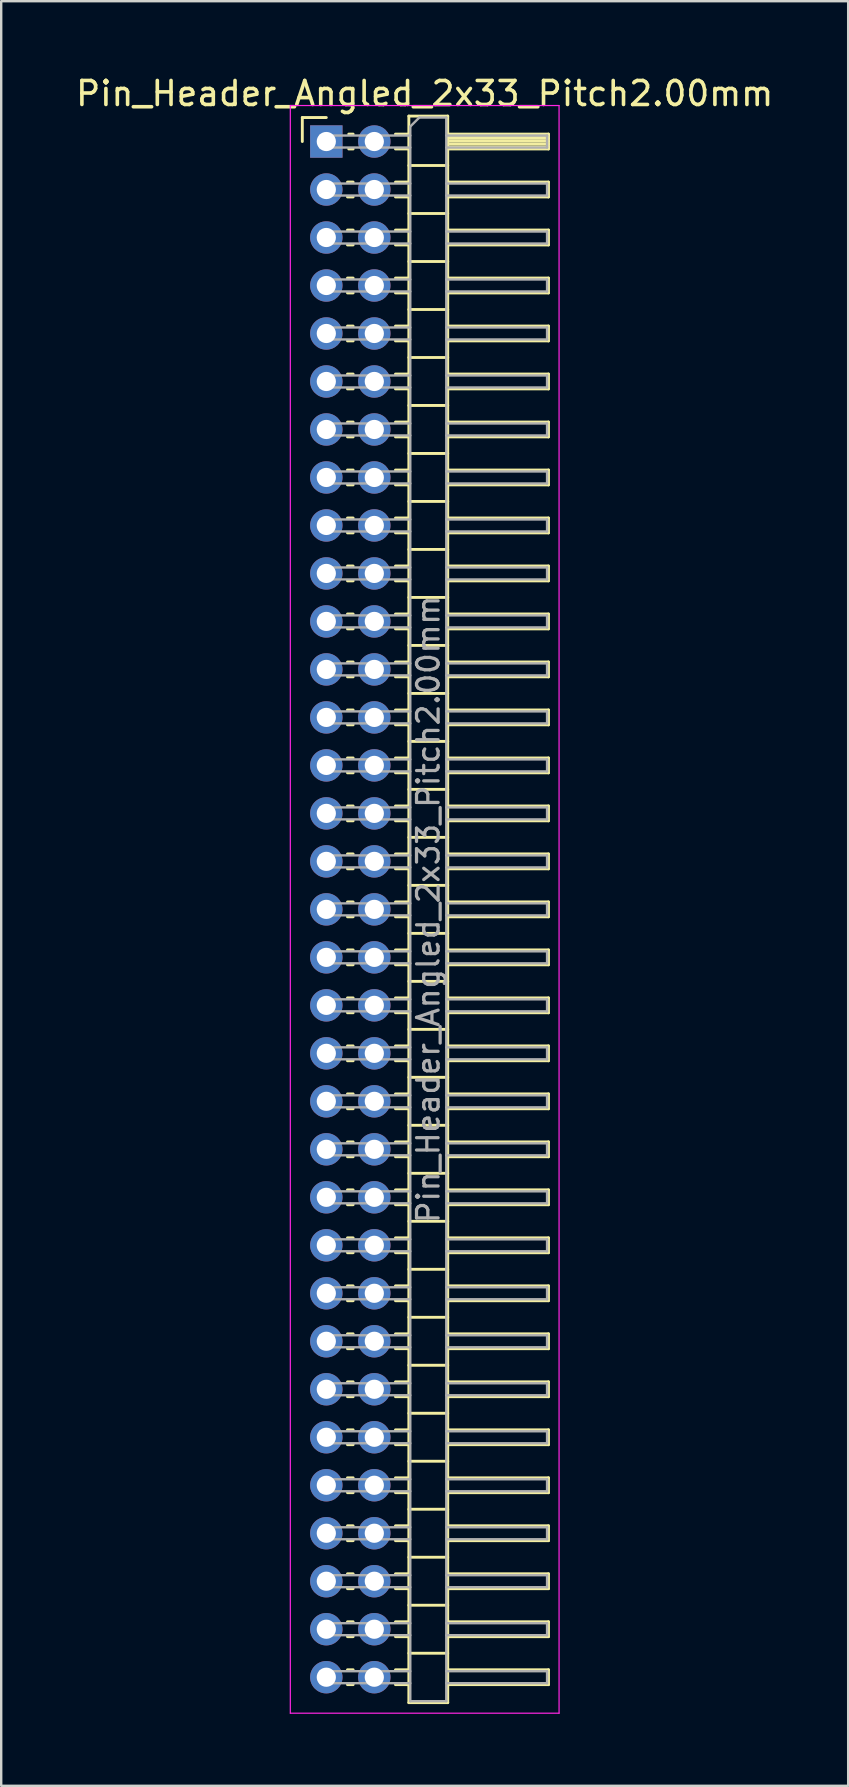
<source format=kicad_pcb>
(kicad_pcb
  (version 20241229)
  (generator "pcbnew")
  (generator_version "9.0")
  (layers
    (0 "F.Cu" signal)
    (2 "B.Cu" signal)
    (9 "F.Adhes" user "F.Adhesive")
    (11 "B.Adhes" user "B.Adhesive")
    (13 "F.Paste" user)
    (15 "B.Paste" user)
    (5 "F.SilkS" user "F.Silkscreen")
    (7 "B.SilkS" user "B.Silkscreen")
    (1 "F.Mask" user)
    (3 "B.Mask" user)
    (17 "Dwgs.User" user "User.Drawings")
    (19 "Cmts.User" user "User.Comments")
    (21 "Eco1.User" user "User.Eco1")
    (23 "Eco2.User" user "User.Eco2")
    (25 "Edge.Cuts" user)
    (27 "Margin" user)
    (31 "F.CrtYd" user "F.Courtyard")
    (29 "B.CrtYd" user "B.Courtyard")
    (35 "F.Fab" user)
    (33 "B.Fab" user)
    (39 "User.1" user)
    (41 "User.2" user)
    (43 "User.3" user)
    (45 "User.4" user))
  (footprint "Pin_Header_Angled_2x33_Pitch2.00mm"
    (layer "F.Cu")
    (at 10.549 2.848)
    (property "Reference" "Pin_Header_Angled_2x33_Pitch2.00mm" (at 4.1 -2 0) (layer "F.SilkS") (effects (font (size 1 1) (thickness 0.15))))
    (attr through_hole)
    (fp_line (start -1 -1) (end 0 -1) (stroke (width 0.12) (type solid)) (layer "F.SilkS"))
    (fp_line (start -1 0) (end -1 -1) (stroke (width 0.12) (type solid)) (layer "F.SilkS"))
    (fp_line (start 0.882 1.69) (end 1.118 1.69) (stroke (width 0.12) (type solid)) (layer "F.SilkS"))
    (fp_line (start 0.882 2.31) (end 1.118 2.31) (stroke (width 0.12) (type solid)) (layer "F.SilkS"))
    (fp_line (start 0.882 3.69) (end 1.118 3.69) (stroke (width 0.12) (type solid)) (layer "F.SilkS"))
    (fp_line (start 0.882 4.31) (end 1.118 4.31) (stroke (width 0.12) (type solid)) (layer "F.SilkS"))
    (fp_line (start 0.882 5.69) (end 1.118 5.69) (stroke (width 0.12) (type solid)) (layer "F.SilkS"))
    (fp_line (start 0.882 6.31) (end 1.118 6.31) (stroke (width 0.12) (type solid)) (layer "F.SilkS"))
    (fp_line (start 0.882 7.69) (end 1.118 7.69) (stroke (width 0.12) (type solid)) (layer "F.SilkS"))
    (fp_line (start 0.882 8.31) (end 1.118 8.31) (stroke (width 0.12) (type solid)) (layer "F.SilkS"))
    (fp_line (start 0.882 9.69) (end 1.118 9.69) (stroke (width 0.12) (type solid)) (layer "F.SilkS"))
    (fp_line (start 0.882 10.31) (end 1.118 10.31) (stroke (width 0.12) (type solid)) (layer "F.SilkS"))
    (fp_line (start 0.882 11.69) (end 1.118 11.69) (stroke (width 0.12) (type solid)) (layer "F.SilkS"))
    (fp_line (start 0.882 12.31) (end 1.118 12.31) (stroke (width 0.12) (type solid)) (layer "F.SilkS"))
    (fp_line (start 0.882 13.69) (end 1.118 13.69) (stroke (width 0.12) (type solid)) (layer "F.SilkS"))
    (fp_line (start 0.882 14.31) (end 1.118 14.31) (stroke (width 0.12) (type solid)) (layer "F.SilkS"))
    (fp_line (start 0.882 15.69) (end 1.118 15.69) (stroke (width 0.12) (type solid)) (layer "F.SilkS"))
    (fp_line (start 0.882 16.31) (end 1.118 16.31) (stroke (width 0.12) (type solid)) (layer "F.SilkS"))
    (fp_line (start 0.882 17.69) (end 1.118 17.69) (stroke (width 0.12) (type solid)) (layer "F.SilkS"))
    (fp_line (start 0.882 18.31) (end 1.118 18.31) (stroke (width 0.12) (type solid)) (layer "F.SilkS"))
    (fp_line (start 0.882 19.69) (end 1.118 19.69) (stroke (width 0.12) (type solid)) (layer "F.SilkS"))
    (fp_line (start 0.882 20.31) (end 1.118 20.31) (stroke (width 0.12) (type solid)) (layer "F.SilkS"))
    (fp_line (start 0.882 21.69) (end 1.118 21.69) (stroke (width 0.12) (type solid)) (layer "F.SilkS"))
    (fp_line (start 0.882 22.31) (end 1.118 22.31) (stroke (width 0.12) (type solid)) (layer "F.SilkS"))
    (fp_line (start 0.882 23.69) (end 1.118 23.69) (stroke (width 0.12) (type solid)) (layer "F.SilkS"))
    (fp_line (start 0.882 24.31) (end 1.118 24.31) (stroke (width 0.12) (type solid)) (layer "F.SilkS"))
    (fp_line (start 0.882 25.69) (end 1.118 25.69) (stroke (width 0.12) (type solid)) (layer "F.SilkS"))
    (fp_line (start 0.882 26.31) (end 1.118 26.31) (stroke (width 0.12) (type solid)) (layer "F.SilkS"))
    (fp_line (start 0.882 27.69) (end 1.118 27.69) (stroke (width 0.12) (type solid)) (layer "F.SilkS"))
    (fp_line (start 0.882 28.31) (end 1.118 28.31) (stroke (width 0.12) (type solid)) (layer "F.SilkS"))
    (fp_line (start 0.882 29.69) (end 1.118 29.69) (stroke (width 0.12) (type solid)) (layer "F.SilkS"))
    (fp_line (start 0.882 30.31) (end 1.118 30.31) (stroke (width 0.12) (type solid)) (layer "F.SilkS"))
    (fp_line (start 0.882 31.69) (end 1.118 31.69) (stroke (width 0.12) (type solid)) (layer "F.SilkS"))
    (fp_line (start 0.882 32.31) (end 1.118 32.31) (stroke (width 0.12) (type solid)) (layer "F.SilkS"))
    (fp_line (start 0.882 33.69) (end 1.118 33.69) (stroke (width 0.12) (type solid)) (layer "F.SilkS"))
    (fp_line (start 0.882 34.31) (end 1.118 34.31) (stroke (width 0.12) (type solid)) (layer "F.SilkS"))
    (fp_line (start 0.882 35.69) (end 1.118 35.69) (stroke (width 0.12) (type solid)) (layer "F.SilkS"))
    (fp_line (start 0.882 36.31) (end 1.118 36.31) (stroke (width 0.12) (type solid)) (layer "F.SilkS"))
    (fp_line (start 0.882 37.69) (end 1.118 37.69) (stroke (width 0.12) (type solid)) (layer "F.SilkS"))
    (fp_line (start 0.882 38.31) (end 1.118 38.31) (stroke (width 0.12) (type solid)) (layer "F.SilkS"))
    (fp_line (start 0.882 39.69) (end 1.118 39.69) (stroke (width 0.12) (type solid)) (layer "F.SilkS"))
    (fp_line (start 0.882 40.31) (end 1.118 40.31) (stroke (width 0.12) (type solid)) (layer "F.SilkS"))
    (fp_line (start 0.882 41.69) (end 1.118 41.69) (stroke (width 0.12) (type solid)) (layer "F.SilkS"))
    (fp_line (start 0.882 42.31) (end 1.118 42.31) (stroke (width 0.12) (type solid)) (layer "F.SilkS"))
    (fp_line (start 0.882 43.69) (end 1.118 43.69) (stroke (width 0.12) (type solid)) (layer "F.SilkS"))
    (fp_line (start 0.882 44.31) (end 1.118 44.31) (stroke (width 0.12) (type solid)) (layer "F.SilkS"))
    (fp_line (start 0.882 45.69) (end 1.118 45.69) (stroke (width 0.12) (type solid)) (layer "F.SilkS"))
    (fp_line (start 0.882 46.31) (end 1.118 46.31) (stroke (width 0.12) (type solid)) (layer "F.SilkS"))
    (fp_line (start 0.882 47.69) (end 1.118 47.69) (stroke (width 0.12) (type solid)) (layer "F.SilkS"))
    (fp_line (start 0.882 48.31) (end 1.118 48.31) (stroke (width 0.12) (type solid)) (layer "F.SilkS"))
    (fp_line (start 0.882 49.69) (end 1.118 49.69) (stroke (width 0.12) (type solid)) (layer "F.SilkS"))
    (fp_line (start 0.882 50.31) (end 1.118 50.31) (stroke (width 0.12) (type solid)) (layer "F.SilkS"))
    (fp_line (start 0.882 51.69) (end 1.118 51.69) (stroke (width 0.12) (type solid)) (layer "F.SilkS"))
    (fp_line (start 0.882 52.31) (end 1.118 52.31) (stroke (width 0.12) (type solid)) (layer "F.SilkS"))
    (fp_line (start 0.882 53.69) (end 1.118 53.69) (stroke (width 0.12) (type solid)) (layer "F.SilkS"))
    (fp_line (start 0.882 54.31) (end 1.118 54.31) (stroke (width 0.12) (type solid)) (layer "F.SilkS"))
    (fp_line (start 0.882 55.69) (end 1.118 55.69) (stroke (width 0.12) (type solid)) (layer "F.SilkS"))
    (fp_line (start 0.882 56.31) (end 1.118 56.31) (stroke (width 0.12) (type solid)) (layer "F.SilkS"))
    (fp_line (start 0.882 57.69) (end 1.118 57.69) (stroke (width 0.12) (type solid)) (layer "F.SilkS"))
    (fp_line (start 0.882 58.31) (end 1.118 58.31) (stroke (width 0.12) (type solid)) (layer "F.SilkS"))
    (fp_line (start 0.882 59.69) (end 1.118 59.69) (stroke (width 0.12) (type solid)) (layer "F.SilkS"))
    (fp_line (start 0.882 60.31) (end 1.118 60.31) (stroke (width 0.12) (type solid)) (layer "F.SilkS"))
    (fp_line (start 0.882 61.69) (end 1.118 61.69) (stroke (width 0.12) (type solid)) (layer "F.SilkS"))
    (fp_line (start 0.882 62.31) (end 1.118 62.31) (stroke (width 0.12) (type solid)) (layer "F.SilkS"))
    (fp_line (start 0.882 63.69) (end 1.118 63.69) (stroke (width 0.12) (type solid)) (layer "F.SilkS"))
    (fp_line (start 0.882 64.31) (end 1.118 64.31) (stroke (width 0.12) (type solid)) (layer "F.SilkS"))
    (fp_line (start 0.935 -0.31) (end 1.118 -0.31) (stroke (width 0.12) (type solid)) (layer "F.SilkS"))
    (fp_line (start 0.935 0.31) (end 1.118 0.31) (stroke (width 0.12) (type solid)) (layer "F.SilkS"))
    (fp_line (start 2.882 -0.31) (end 3.44 -0.31) (stroke (width 0.12) (type solid)) (layer "F.SilkS"))
    (fp_line (start 2.882 0.31) (end 3.44 0.31) (stroke (width 0.12) (type solid)) (layer "F.SilkS"))
    (fp_line (start 2.882 1.69) (end 3.44 1.69) (stroke (width 0.12) (type solid)) (layer "F.SilkS"))
    (fp_line (start 2.882 2.31) (end 3.44 2.31) (stroke (width 0.12) (type solid)) (layer "F.SilkS"))
    (fp_line (start 2.882 3.69) (end 3.44 3.69) (stroke (width 0.12) (type solid)) (layer "F.SilkS"))
    (fp_line (start 2.882 4.31) (end 3.44 4.31) (stroke (width 0.12) (type solid)) (layer "F.SilkS"))
    (fp_line (start 2.882 5.69) (end 3.44 5.69) (stroke (width 0.12) (type solid)) (layer "F.SilkS"))
    (fp_line (start 2.882 6.31) (end 3.44 6.31) (stroke (width 0.12) (type solid)) (layer "F.SilkS"))
    (fp_line (start 2.882 7.69) (end 3.44 7.69) (stroke (width 0.12) (type solid)) (layer "F.SilkS"))
    (fp_line (start 2.882 8.31) (end 3.44 8.31) (stroke (width 0.12) (type solid)) (layer "F.SilkS"))
    (fp_line (start 2.882 9.69) (end 3.44 9.69) (stroke (width 0.12) (type solid)) (layer "F.SilkS"))
    (fp_line (start 2.882 10.31) (end 3.44 10.31) (stroke (width 0.12) (type solid)) (layer "F.SilkS"))
    (fp_line (start 2.882 11.69) (end 3.44 11.69) (stroke (width 0.12) (type solid)) (layer "F.SilkS"))
    (fp_line (start 2.882 12.31) (end 3.44 12.31) (stroke (width 0.12) (type solid)) (layer "F.SilkS"))
    (fp_line (start 2.882 13.69) (end 3.44 13.69) (stroke (width 0.12) (type solid)) (layer "F.SilkS"))
    (fp_line (start 2.882 14.31) (end 3.44 14.31) (stroke (width 0.12) (type solid)) (layer "F.SilkS"))
    (fp_line (start 2.882 15.69) (end 3.44 15.69) (stroke (width 0.12) (type solid)) (layer "F.SilkS"))
    (fp_line (start 2.882 16.31) (end 3.44 16.31) (stroke (width 0.12) (type solid)) (layer "F.SilkS"))
    (fp_line (start 2.882 17.69) (end 3.44 17.69) (stroke (width 0.12) (type solid)) (layer "F.SilkS"))
    (fp_line (start 2.882 18.31) (end 3.44 18.31) (stroke (width 0.12) (type solid)) (layer "F.SilkS"))
    (fp_line (start 2.882 19.69) (end 3.44 19.69) (stroke (width 0.12) (type solid)) (layer "F.SilkS"))
    (fp_line (start 2.882 20.31) (end 3.44 20.31) (stroke (width 0.12) (type solid)) (layer "F.SilkS"))
    (fp_line (start 2.882 21.69) (end 3.44 21.69) (stroke (width 0.12) (type solid)) (layer "F.SilkS"))
    (fp_line (start 2.882 22.31) (end 3.44 22.31) (stroke (width 0.12) (type solid)) (layer "F.SilkS"))
    (fp_line (start 2.882 23.69) (end 3.44 23.69) (stroke (width 0.12) (type solid)) (layer "F.SilkS"))
    (fp_line (start 2.882 24.31) (end 3.44 24.31) (stroke (width 0.12) (type solid)) (layer "F.SilkS"))
    (fp_line (start 2.882 25.69) (end 3.44 25.69) (stroke (width 0.12) (type solid)) (layer "F.SilkS"))
    (fp_line (start 2.882 26.31) (end 3.44 26.31) (stroke (width 0.12) (type solid)) (layer "F.SilkS"))
    (fp_line (start 2.882 27.69) (end 3.44 27.69) (stroke (width 0.12) (type solid)) (layer "F.SilkS"))
    (fp_line (start 2.882 28.31) (end 3.44 28.31) (stroke (width 0.12) (type solid)) (layer "F.SilkS"))
    (fp_line (start 2.882 29.69) (end 3.44 29.69) (stroke (width 0.12) (type solid)) (layer "F.SilkS"))
    (fp_line (start 2.882 30.31) (end 3.44 30.31) (stroke (width 0.12) (type solid)) (layer "F.SilkS"))
    (fp_line (start 2.882 31.69) (end 3.44 31.69) (stroke (width 0.12) (type solid)) (layer "F.SilkS"))
    (fp_line (start 2.882 32.31) (end 3.44 32.31) (stroke (width 0.12) (type solid)) (layer "F.SilkS"))
    (fp_line (start 2.882 33.69) (end 3.44 33.69) (stroke (width 0.12) (type solid)) (layer "F.SilkS"))
    (fp_line (start 2.882 34.31) (end 3.44 34.31) (stroke (width 0.12) (type solid)) (layer "F.SilkS"))
    (fp_line (start 2.882 35.69) (end 3.44 35.69) (stroke (width 0.12) (type solid)) (layer "F.SilkS"))
    (fp_line (start 2.882 36.31) (end 3.44 36.31) (stroke (width 0.12) (type solid)) (layer "F.SilkS"))
    (fp_line (start 2.882 37.69) (end 3.44 37.69) (stroke (width 0.12) (type solid)) (layer "F.SilkS"))
    (fp_line (start 2.882 38.31) (end 3.44 38.31) (stroke (width 0.12) (type solid)) (layer "F.SilkS"))
    (fp_line (start 2.882 39.69) (end 3.44 39.69) (stroke (width 0.12) (type solid)) (layer "F.SilkS"))
    (fp_line (start 2.882 40.31) (end 3.44 40.31) (stroke (width 0.12) (type solid)) (layer "F.SilkS"))
    (fp_line (start 2.882 41.69) (end 3.44 41.69) (stroke (width 0.12) (type solid)) (layer "F.SilkS"))
    (fp_line (start 2.882 42.31) (end 3.44 42.31) (stroke (width 0.12) (type solid)) (layer "F.SilkS"))
    (fp_line (start 2.882 43.69) (end 3.44 43.69) (stroke (width 0.12) (type solid)) (layer "F.SilkS"))
    (fp_line (start 2.882 44.31) (end 3.44 44.31) (stroke (width 0.12) (type solid)) (layer "F.SilkS"))
    (fp_line (start 2.882 45.69) (end 3.44 45.69) (stroke (width 0.12) (type solid)) (layer "F.SilkS"))
    (fp_line (start 2.882 46.31) (end 3.44 46.31) (stroke (width 0.12) (type solid)) (layer "F.SilkS"))
    (fp_line (start 2.882 47.69) (end 3.44 47.69) (stroke (width 0.12) (type solid)) (layer "F.SilkS"))
    (fp_line (start 2.882 48.31) (end 3.44 48.31) (stroke (width 0.12) (type solid)) (layer "F.SilkS"))
    (fp_line (start 2.882 49.69) (end 3.44 49.69) (stroke (width 0.12) (type solid)) (layer "F.SilkS"))
    (fp_line (start 2.882 50.31) (end 3.44 50.31) (stroke (width 0.12) (type solid)) (layer "F.SilkS"))
    (fp_line (start 2.882 51.69) (end 3.44 51.69) (stroke (width 0.12) (type solid)) (layer "F.SilkS"))
    (fp_line (start 2.882 52.31) (end 3.44 52.31) (stroke (width 0.12) (type solid)) (layer "F.SilkS"))
    (fp_line (start 2.882 53.69) (end 3.44 53.69) (stroke (width 0.12) (type solid)) (layer "F.SilkS"))
    (fp_line (start 2.882 54.31) (end 3.44 54.31) (stroke (width 0.12) (type solid)) (layer "F.SilkS"))
    (fp_line (start 2.882 55.69) (end 3.44 55.69) (stroke (width 0.12) (type solid)) (layer "F.SilkS"))
    (fp_line (start 2.882 56.31) (end 3.44 56.31) (stroke (width 0.12) (type solid)) (layer "F.SilkS"))
    (fp_line (start 2.882 57.69) (end 3.44 57.69) (stroke (width 0.12) (type solid)) (layer "F.SilkS"))
    (fp_line (start 2.882 58.31) (end 3.44 58.31) (stroke (width 0.12) (type solid)) (layer "F.SilkS"))
    (fp_line (start 2.882 59.69) (end 3.44 59.69) (stroke (width 0.12) (type solid)) (layer "F.SilkS"))
    (fp_line (start 2.882 60.31) (end 3.44 60.31) (stroke (width 0.12) (type solid)) (layer "F.SilkS"))
    (fp_line (start 2.882 61.69) (end 3.44 61.69) (stroke (width 0.12) (type solid)) (layer "F.SilkS"))
    (fp_line (start 2.882 62.31) (end 3.44 62.31) (stroke (width 0.12) (type solid)) (layer "F.SilkS"))
    (fp_line (start 2.882 63.69) (end 3.44 63.69) (stroke (width 0.12) (type solid)) (layer "F.SilkS"))
    (fp_line (start 2.882 64.31) (end 3.44 64.31) (stroke (width 0.12) (type solid)) (layer "F.SilkS"))
    (fp_line (start 3.44 -1.06) (end 3.44 65.06) (stroke (width 0.12) (type solid)) (layer "F.SilkS"))
    (fp_line (start 3.44 1) (end 5.06 1) (stroke (width 0.12) (type solid)) (layer "F.SilkS"))
    (fp_line (start 3.44 3) (end 5.06 3) (stroke (width 0.12) (type solid)) (layer "F.SilkS"))
    (fp_line (start 3.44 5) (end 5.06 5) (stroke (width 0.12) (type solid)) (layer "F.SilkS"))
    (fp_line (start 3.44 7) (end 5.06 7) (stroke (width 0.12) (type solid)) (layer "F.SilkS"))
    (fp_line (start 3.44 9) (end 5.06 9) (stroke (width 0.12) (type solid)) (layer "F.SilkS"))
    (fp_line (start 3.44 11) (end 5.06 11) (stroke (width 0.12) (type solid)) (layer "F.SilkS"))
    (fp_line (start 3.44 13) (end 5.06 13) (stroke (width 0.12) (type solid)) (layer "F.SilkS"))
    (fp_line (start 3.44 15) (end 5.06 15) (stroke (width 0.12) (type solid)) (layer "F.SilkS"))
    (fp_line (start 3.44 17) (end 5.06 17) (stroke (width 0.12) (type solid)) (layer "F.SilkS"))
    (fp_line (start 3.44 19) (end 5.06 19) (stroke (width 0.12) (type solid)) (layer "F.SilkS"))
    (fp_line (start 3.44 21) (end 5.06 21) (stroke (width 0.12) (type solid)) (layer "F.SilkS"))
    (fp_line (start 3.44 23) (end 5.06 23) (stroke (width 0.12) (type solid)) (layer "F.SilkS"))
    (fp_line (start 3.44 25) (end 5.06 25) (stroke (width 0.12) (type solid)) (layer "F.SilkS"))
    (fp_line (start 3.44 27) (end 5.06 27) (stroke (width 0.12) (type solid)) (layer "F.SilkS"))
    (fp_line (start 3.44 29) (end 5.06 29) (stroke (width 0.12) (type solid)) (layer "F.SilkS"))
    (fp_line (start 3.44 31) (end 5.06 31) (stroke (width 0.12) (type solid)) (layer "F.SilkS"))
    (fp_line (start 3.44 33) (end 5.06 33) (stroke (width 0.12) (type solid)) (layer "F.SilkS"))
    (fp_line (start 3.44 35) (end 5.06 35) (stroke (width 0.12) (type solid)) (layer "F.SilkS"))
    (fp_line (start 3.44 37) (end 5.06 37) (stroke (width 0.12) (type solid)) (layer "F.SilkS"))
    (fp_line (start 3.44 39) (end 5.06 39) (stroke (width 0.12) (type solid)) (layer "F.SilkS"))
    (fp_line (start 3.44 41) (end 5.06 41) (stroke (width 0.12) (type solid)) (layer "F.SilkS"))
    (fp_line (start 3.44 43) (end 5.06 43) (stroke (width 0.12) (type solid)) (layer "F.SilkS"))
    (fp_line (start 3.44 45) (end 5.06 45) (stroke (width 0.12) (type solid)) (layer "F.SilkS"))
    (fp_line (start 3.44 47) (end 5.06 47) (stroke (width 0.12) (type solid)) (layer "F.SilkS"))
    (fp_line (start 3.44 49) (end 5.06 49) (stroke (width 0.12) (type solid)) (layer "F.SilkS"))
    (fp_line (start 3.44 51) (end 5.06 51) (stroke (width 0.12) (type solid)) (layer "F.SilkS"))
    (fp_line (start 3.44 53) (end 5.06 53) (stroke (width 0.12) (type solid)) (layer "F.SilkS"))
    (fp_line (start 3.44 55) (end 5.06 55) (stroke (width 0.12) (type solid)) (layer "F.SilkS"))
    (fp_line (start 3.44 57) (end 5.06 57) (stroke (width 0.12) (type solid)) (layer "F.SilkS"))
    (fp_line (start 3.44 59) (end 5.06 59) (stroke (width 0.12) (type solid)) (layer "F.SilkS"))
    (fp_line (start 3.44 61) (end 5.06 61) (stroke (width 0.12) (type solid)) (layer "F.SilkS"))
    (fp_line (start 3.44 63) (end 5.06 63) (stroke (width 0.12) (type solid)) (layer "F.SilkS"))
    (fp_line (start 3.44 65.06) (end 5.06 65.06) (stroke (width 0.12) (type solid)) (layer "F.SilkS"))
    (fp_line (start 5.06 -1.06) (end 3.44 -1.06) (stroke (width 0.12) (type solid)) (layer "F.SilkS"))
    (fp_line (start 5.06 -0.31) (end 9.26 -0.31) (stroke (width 0.12) (type solid)) (layer "F.SilkS"))
    (fp_line (start 5.06 -0.25) (end 9.26 -0.25) (stroke (width 0.12) (type solid)) (layer "F.SilkS"))
    (fp_line (start 5.06 -0.13) (end 9.26 -0.13) (stroke (width 0.12) (type solid)) (layer "F.SilkS"))
    (fp_line (start 5.06 -0.01) (end 9.26 -0.01) (stroke (width 0.12) (type solid)) (layer "F.SilkS"))
    (fp_line (start 5.06 0.11) (end 9.26 0.11) (stroke (width 0.12) (type solid)) (layer "F.SilkS"))
    (fp_line (start 5.06 0.23) (end 9.26 0.23) (stroke (width 0.12) (type solid)) (layer "F.SilkS"))
    (fp_line (start 5.06 1.69) (end 9.26 1.69) (stroke (width 0.12) (type solid)) (layer "F.SilkS"))
    (fp_line (start 5.06 3.69) (end 9.26 3.69) (stroke (width 0.12) (type solid)) (layer "F.SilkS"))
    (fp_line (start 5.06 5.69) (end 9.26 5.69) (stroke (width 0.12) (type solid)) (layer "F.SilkS"))
    (fp_line (start 5.06 7.69) (end 9.26 7.69) (stroke (width 0.12) (type solid)) (layer "F.SilkS"))
    (fp_line (start 5.06 9.69) (end 9.26 9.69) (stroke (width 0.12) (type solid)) (layer "F.SilkS"))
    (fp_line (start 5.06 11.69) (end 9.26 11.69) (stroke (width 0.12) (type solid)) (layer "F.SilkS"))
    (fp_line (start 5.06 13.69) (end 9.26 13.69) (stroke (width 0.12) (type solid)) (layer "F.SilkS"))
    (fp_line (start 5.06 15.69) (end 9.26 15.69) (stroke (width 0.12) (type solid)) (layer "F.SilkS"))
    (fp_line (start 5.06 17.69) (end 9.26 17.69) (stroke (width 0.12) (type solid)) (layer "F.SilkS"))
    (fp_line (start 5.06 19.69) (end 9.26 19.69) (stroke (width 0.12) (type solid)) (layer "F.SilkS"))
    (fp_line (start 5.06 21.69) (end 9.26 21.69) (stroke (width 0.12) (type solid)) (layer "F.SilkS"))
    (fp_line (start 5.06 23.69) (end 9.26 23.69) (stroke (width 0.12) (type solid)) (layer "F.SilkS"))
    (fp_line (start 5.06 25.69) (end 9.26 25.69) (stroke (width 0.12) (type solid)) (layer "F.SilkS"))
    (fp_line (start 5.06 27.69) (end 9.26 27.69) (stroke (width 0.12) (type solid)) (layer "F.SilkS"))
    (fp_line (start 5.06 29.69) (end 9.26 29.69) (stroke (width 0.12) (type solid)) (layer "F.SilkS"))
    (fp_line (start 5.06 31.69) (end 9.26 31.69) (stroke (width 0.12) (type solid)) (layer "F.SilkS"))
    (fp_line (start 5.06 33.69) (end 9.26 33.69) (stroke (width 0.12) (type solid)) (layer "F.SilkS"))
    (fp_line (start 5.06 35.69) (end 9.26 35.69) (stroke (width 0.12) (type solid)) (layer "F.SilkS"))
    (fp_line (start 5.06 37.69) (end 9.26 37.69) (stroke (width 0.12) (type solid)) (layer "F.SilkS"))
    (fp_line (start 5.06 39.69) (end 9.26 39.69) (stroke (width 0.12) (type solid)) (layer "F.SilkS"))
    (fp_line (start 5.06 41.69) (end 9.26 41.69) (stroke (width 0.12) (type solid)) (layer "F.SilkS"))
    (fp_line (start 5.06 43.69) (end 9.26 43.69) (stroke (width 0.12) (type solid)) (layer "F.SilkS"))
    (fp_line (start 5.06 45.69) (end 9.26 45.69) (stroke (width 0.12) (type solid)) (layer "F.SilkS"))
    (fp_line (start 5.06 47.69) (end 9.26 47.69) (stroke (width 0.12) (type solid)) (layer "F.SilkS"))
    (fp_line (start 5.06 49.69) (end 9.26 49.69) (stroke (width 0.12) (type solid)) (layer "F.SilkS"))
    (fp_line (start 5.06 51.69) (end 9.26 51.69) (stroke (width 0.12) (type solid)) (layer "F.SilkS"))
    (fp_line (start 5.06 53.69) (end 9.26 53.69) (stroke (width 0.12) (type solid)) (layer "F.SilkS"))
    (fp_line (start 5.06 55.69) (end 9.26 55.69) (stroke (width 0.12) (type solid)) (layer "F.SilkS"))
    (fp_line (start 5.06 57.69) (end 9.26 57.69) (stroke (width 0.12) (type solid)) (layer "F.SilkS"))
    (fp_line (start 5.06 59.69) (end 9.26 59.69) (stroke (width 0.12) (type solid)) (layer "F.SilkS"))
    (fp_line (start 5.06 61.69) (end 9.26 61.69) (stroke (width 0.12) (type solid)) (layer "F.SilkS"))
    (fp_line (start 5.06 63.69) (end 9.26 63.69) (stroke (width 0.12) (type solid)) (layer "F.SilkS"))
    (fp_line (start 5.06 65.06) (end 5.06 -1.06) (stroke (width 0.12) (type solid)) (layer "F.SilkS"))
    (fp_line (start 9.26 -0.31) (end 9.26 0.31) (stroke (width 0.12) (type solid)) (layer "F.SilkS"))
    (fp_line (start 9.26 0.31) (end 5.06 0.31) (stroke (width 0.12) (type solid)) (layer "F.SilkS"))
    (fp_line (start 9.26 1.69) (end 9.26 2.31) (stroke (width 0.12) (type solid)) (layer "F.SilkS"))
    (fp_line (start 9.26 2.31) (end 5.06 2.31) (stroke (width 0.12) (type solid)) (layer "F.SilkS"))
    (fp_line (start 9.26 3.69) (end 9.26 4.31) (stroke (width 0.12) (type solid)) (layer "F.SilkS"))
    (fp_line (start 9.26 4.31) (end 5.06 4.31) (stroke (width 0.12) (type solid)) (layer "F.SilkS"))
    (fp_line (start 9.26 5.69) (end 9.26 6.31) (stroke (width 0.12) (type solid)) (layer "F.SilkS"))
    (fp_line (start 9.26 6.31) (end 5.06 6.31) (stroke (width 0.12) (type solid)) (layer "F.SilkS"))
    (fp_line (start 9.26 7.69) (end 9.26 8.31) (stroke (width 0.12) (type solid)) (layer "F.SilkS"))
    (fp_line (start 9.26 8.31) (end 5.06 8.31) (stroke (width 0.12) (type solid)) (layer "F.SilkS"))
    (fp_line (start 9.26 9.69) (end 9.26 10.31) (stroke (width 0.12) (type solid)) (layer "F.SilkS"))
    (fp_line (start 9.26 10.31) (end 5.06 10.31) (stroke (width 0.12) (type solid)) (layer "F.SilkS"))
    (fp_line (start 9.26 11.69) (end 9.26 12.31) (stroke (width 0.12) (type solid)) (layer "F.SilkS"))
    (fp_line (start 9.26 12.31) (end 5.06 12.31) (stroke (width 0.12) (type solid)) (layer "F.SilkS"))
    (fp_line (start 9.26 13.69) (end 9.26 14.31) (stroke (width 0.12) (type solid)) (layer "F.SilkS"))
    (fp_line (start 9.26 14.31) (end 5.06 14.31) (stroke (width 0.12) (type solid)) (layer "F.SilkS"))
    (fp_line (start 9.26 15.69) (end 9.26 16.31) (stroke (width 0.12) (type solid)) (layer "F.SilkS"))
    (fp_line (start 9.26 16.31) (end 5.06 16.31) (stroke (width 0.12) (type solid)) (layer "F.SilkS"))
    (fp_line (start 9.26 17.69) (end 9.26 18.31) (stroke (width 0.12) (type solid)) (layer "F.SilkS"))
    (fp_line (start 9.26 18.31) (end 5.06 18.31) (stroke (width 0.12) (type solid)) (layer "F.SilkS"))
    (fp_line (start 9.26 19.69) (end 9.26 20.31) (stroke (width 0.12) (type solid)) (layer "F.SilkS"))
    (fp_line (start 9.26 20.31) (end 5.06 20.31) (stroke (width 0.12) (type solid)) (layer "F.SilkS"))
    (fp_line (start 9.26 21.69) (end 9.26 22.31) (stroke (width 0.12) (type solid)) (layer "F.SilkS"))
    (fp_line (start 9.26 22.31) (end 5.06 22.31) (stroke (width 0.12) (type solid)) (layer "F.SilkS"))
    (fp_line (start 9.26 23.69) (end 9.26 24.31) (stroke (width 0.12) (type solid)) (layer "F.SilkS"))
    (fp_line (start 9.26 24.31) (end 5.06 24.31) (stroke (width 0.12) (type solid)) (layer "F.SilkS"))
    (fp_line (start 9.26 25.69) (end 9.26 26.31) (stroke (width 0.12) (type solid)) (layer "F.SilkS"))
    (fp_line (start 9.26 26.31) (end 5.06 26.31) (stroke (width 0.12) (type solid)) (layer "F.SilkS"))
    (fp_line (start 9.26 27.69) (end 9.26 28.31) (stroke (width 0.12) (type solid)) (layer "F.SilkS"))
    (fp_line (start 9.26 28.31) (end 5.06 28.31) (stroke (width 0.12) (type solid)) (layer "F.SilkS"))
    (fp_line (start 9.26 29.69) (end 9.26 30.31) (stroke (width 0.12) (type solid)) (layer "F.SilkS"))
    (fp_line (start 9.26 30.31) (end 5.06 30.31) (stroke (width 0.12) (type solid)) (layer "F.SilkS"))
    (fp_line (start 9.26 31.69) (end 9.26 32.31) (stroke (width 0.12) (type solid)) (layer "F.SilkS"))
    (fp_line (start 9.26 32.31) (end 5.06 32.31) (stroke (width 0.12) (type solid)) (layer "F.SilkS"))
    (fp_line (start 9.26 33.69) (end 9.26 34.31) (stroke (width 0.12) (type solid)) (layer "F.SilkS"))
    (fp_line (start 9.26 34.31) (end 5.06 34.31) (stroke (width 0.12) (type solid)) (layer "F.SilkS"))
    (fp_line (start 9.26 35.69) (end 9.26 36.31) (stroke (width 0.12) (type solid)) (layer "F.SilkS"))
    (fp_line (start 9.26 36.31) (end 5.06 36.31) (stroke (width 0.12) (type solid)) (layer "F.SilkS"))
    (fp_line (start 9.26 37.69) (end 9.26 38.31) (stroke (width 0.12) (type solid)) (layer "F.SilkS"))
    (fp_line (start 9.26 38.31) (end 5.06 38.31) (stroke (width 0.12) (type solid)) (layer "F.SilkS"))
    (fp_line (start 9.26 39.69) (end 9.26 40.31) (stroke (width 0.12) (type solid)) (layer "F.SilkS"))
    (fp_line (start 9.26 40.31) (end 5.06 40.31) (stroke (width 0.12) (type solid)) (layer "F.SilkS"))
    (fp_line (start 9.26 41.69) (end 9.26 42.31) (stroke (width 0.12) (type solid)) (layer "F.SilkS"))
    (fp_line (start 9.26 42.31) (end 5.06 42.31) (stroke (width 0.12) (type solid)) (layer "F.SilkS"))
    (fp_line (start 9.26 43.69) (end 9.26 44.31) (stroke (width 0.12) (type solid)) (layer "F.SilkS"))
    (fp_line (start 9.26 44.31) (end 5.06 44.31) (stroke (width 0.12) (type solid)) (layer "F.SilkS"))
    (fp_line (start 9.26 45.69) (end 9.26 46.31) (stroke (width 0.12) (type solid)) (layer "F.SilkS"))
    (fp_line (start 9.26 46.31) (end 5.06 46.31) (stroke (width 0.12) (type solid)) (layer "F.SilkS"))
    (fp_line (start 9.26 47.69) (end 9.26 48.31) (stroke (width 0.12) (type solid)) (layer "F.SilkS"))
    (fp_line (start 9.26 48.31) (end 5.06 48.31) (stroke (width 0.12) (type solid)) (layer "F.SilkS"))
    (fp_line (start 9.26 49.69) (end 9.26 50.31) (stroke (width 0.12) (type solid)) (layer "F.SilkS"))
    (fp_line (start 9.26 50.31) (end 5.06 50.31) (stroke (width 0.12) (type solid)) (layer "F.SilkS"))
    (fp_line (start 9.26 51.69) (end 9.26 52.31) (stroke (width 0.12) (type solid)) (layer "F.SilkS"))
    (fp_line (start 9.26 52.31) (end 5.06 52.31) (stroke (width 0.12) (type solid)) (layer "F.SilkS"))
    (fp_line (start 9.26 53.69) (end 9.26 54.31) (stroke (width 0.12) (type solid)) (layer "F.SilkS"))
    (fp_line (start 9.26 54.31) (end 5.06 54.31) (stroke (width 0.12) (type solid)) (layer "F.SilkS"))
    (fp_line (start 9.26 55.69) (end 9.26 56.31) (stroke (width 0.12) (type solid)) (layer "F.SilkS"))
    (fp_line (start 9.26 56.31) (end 5.06 56.31) (stroke (width 0.12) (type solid)) (layer "F.SilkS"))
    (fp_line (start 9.26 57.69) (end 9.26 58.31) (stroke (width 0.12) (type solid)) (layer "F.SilkS"))
    (fp_line (start 9.26 58.31) (end 5.06 58.31) (stroke (width 0.12) (type solid)) (layer "F.SilkS"))
    (fp_line (start 9.26 59.69) (end 9.26 60.31) (stroke (width 0.12) (type solid)) (layer "F.SilkS"))
    (fp_line (start 9.26 60.31) (end 5.06 60.31) (stroke (width 0.12) (type solid)) (layer "F.SilkS"))
    (fp_line (start 9.26 61.69) (end 9.26 62.31) (stroke (width 0.12) (type solid)) (layer "F.SilkS"))
    (fp_line (start 9.26 62.31) (end 5.06 62.31) (stroke (width 0.12) (type solid)) (layer "F.SilkS"))
    (fp_line (start 9.26 63.69) (end 9.26 64.31) (stroke (width 0.12) (type solid)) (layer "F.SilkS"))
    (fp_line (start 9.26 64.31) (end 5.06 64.31) (stroke (width 0.12) (type solid)) (layer "F.SilkS"))
    (fp_line (start -1.5 -1.5) (end -1.5 65.5) (stroke (width 0.05) (type solid)) (layer "F.CrtYd"))
    (fp_line (start -1.5 65.5) (end 9.7 65.5) (stroke (width 0.05) (type solid)) (layer "F.CrtYd"))
    (fp_line (start 9.7 -1.5) (end -1.5 -1.5) (stroke (width 0.05) (type solid)) (layer "F.CrtYd"))
    (fp_line (start 9.7 65.5) (end 9.7 -1.5) (stroke (width 0.05) (type solid)) (layer "F.CrtYd"))
    (fp_line (start -0.25 -0.25) (end -0.25 0.25) (stroke (width 0.1) (type solid)) (layer "F.Fab"))
    (fp_line (start -0.25 -0.25) (end 3.5 -0.25) (stroke (width 0.1) (type solid)) (layer "F.Fab"))
    (fp_line (start -0.25 0.25) (end 3.5 0.25) (stroke (width 0.1) (type solid)) (layer "F.Fab"))
    (fp_line (start -0.25 1.75) (end -0.25 2.25) (stroke (width 0.1) (type solid)) (layer "F.Fab"))
    (fp_line (start -0.25 1.75) (end 3.5 1.75) (stroke (width 0.1) (type solid)) (layer "F.Fab"))
    (fp_line (start -0.25 2.25) (end 3.5 2.25) (stroke (width 0.1) (type solid)) (layer "F.Fab"))
    (fp_line (start -0.25 3.75) (end -0.25 4.25) (stroke (width 0.1) (type solid)) (layer "F.Fab"))
    (fp_line (start -0.25 3.75) (end 3.5 3.75) (stroke (width 0.1) (type solid)) (layer "F.Fab"))
    (fp_line (start -0.25 4.25) (end 3.5 4.25) (stroke (width 0.1) (type solid)) (layer "F.Fab"))
    (fp_line (start -0.25 5.75) (end -0.25 6.25) (stroke (width 0.1) (type solid)) (layer "F.Fab"))
    (fp_line (start -0.25 5.75) (end 3.5 5.75) (stroke (width 0.1) (type solid)) (layer "F.Fab"))
    (fp_line (start -0.25 6.25) (end 3.5 6.25) (stroke (width 0.1) (type solid)) (layer "F.Fab"))
    (fp_line (start -0.25 7.75) (end -0.25 8.25) (stroke (width 0.1) (type solid)) (layer "F.Fab"))
    (fp_line (start -0.25 7.75) (end 3.5 7.75) (stroke (width 0.1) (type solid)) (layer "F.Fab"))
    (fp_line (start -0.25 8.25) (end 3.5 8.25) (stroke (width 0.1) (type solid)) (layer "F.Fab"))
    (fp_line (start -0.25 9.75) (end -0.25 10.25) (stroke (width 0.1) (type solid)) (layer "F.Fab"))
    (fp_line (start -0.25 9.75) (end 3.5 9.75) (stroke (width 0.1) (type solid)) (layer "F.Fab"))
    (fp_line (start -0.25 10.25) (end 3.5 10.25) (stroke (width 0.1) (type solid)) (layer "F.Fab"))
    (fp_line (start -0.25 11.75) (end -0.25 12.25) (stroke (width 0.1) (type solid)) (layer "F.Fab"))
    (fp_line (start -0.25 11.75) (end 3.5 11.75) (stroke (width 0.1) (type solid)) (layer "F.Fab"))
    (fp_line (start -0.25 12.25) (end 3.5 12.25) (stroke (width 0.1) (type solid)) (layer "F.Fab"))
    (fp_line (start -0.25 13.75) (end -0.25 14.25) (stroke (width 0.1) (type solid)) (layer "F.Fab"))
    (fp_line (start -0.25 13.75) (end 3.5 13.75) (stroke (width 0.1) (type solid)) (layer "F.Fab"))
    (fp_line (start -0.25 14.25) (end 3.5 14.25) (stroke (width 0.1) (type solid)) (layer "F.Fab"))
    (fp_line (start -0.25 15.75) (end -0.25 16.25) (stroke (width 0.1) (type solid)) (layer "F.Fab"))
    (fp_line (start -0.25 15.75) (end 3.5 15.75) (stroke (width 0.1) (type solid)) (layer "F.Fab"))
    (fp_line (start -0.25 16.25) (end 3.5 16.25) (stroke (width 0.1) (type solid)) (layer "F.Fab"))
    (fp_line (start -0.25 17.75) (end -0.25 18.25) (stroke (width 0.1) (type solid)) (layer "F.Fab"))
    (fp_line (start -0.25 17.75) (end 3.5 17.75) (stroke (width 0.1) (type solid)) (layer "F.Fab"))
    (fp_line (start -0.25 18.25) (end 3.5 18.25) (stroke (width 0.1) (type solid)) (layer "F.Fab"))
    (fp_line (start -0.25 19.75) (end -0.25 20.25) (stroke (width 0.1) (type solid)) (layer "F.Fab"))
    (fp_line (start -0.25 19.75) (end 3.5 19.75) (stroke (width 0.1) (type solid)) (layer "F.Fab"))
    (fp_line (start -0.25 20.25) (end 3.5 20.25) (stroke (width 0.1) (type solid)) (layer "F.Fab"))
    (fp_line (start -0.25 21.75) (end -0.25 22.25) (stroke (width 0.1) (type solid)) (layer "F.Fab"))
    (fp_line (start -0.25 21.75) (end 3.5 21.75) (stroke (width 0.1) (type solid)) (layer "F.Fab"))
    (fp_line (start -0.25 22.25) (end 3.5 22.25) (stroke (width 0.1) (type solid)) (layer "F.Fab"))
    (fp_line (start -0.25 23.75) (end -0.25 24.25) (stroke (width 0.1) (type solid)) (layer "F.Fab"))
    (fp_line (start -0.25 23.75) (end 3.5 23.75) (stroke (width 0.1) (type solid)) (layer "F.Fab"))
    (fp_line (start -0.25 24.25) (end 3.5 24.25) (stroke (width 0.1) (type solid)) (layer "F.Fab"))
    (fp_line (start -0.25 25.75) (end -0.25 26.25) (stroke (width 0.1) (type solid)) (layer "F.Fab"))
    (fp_line (start -0.25 25.75) (end 3.5 25.75) (stroke (width 0.1) (type solid)) (layer "F.Fab"))
    (fp_line (start -0.25 26.25) (end 3.5 26.25) (stroke (width 0.1) (type solid)) (layer "F.Fab"))
    (fp_line (start -0.25 27.75) (end -0.25 28.25) (stroke (width 0.1) (type solid)) (layer "F.Fab"))
    (fp_line (start -0.25 27.75) (end 3.5 27.75) (stroke (width 0.1) (type solid)) (layer "F.Fab"))
    (fp_line (start -0.25 28.25) (end 3.5 28.25) (stroke (width 0.1) (type solid)) (layer "F.Fab"))
    (fp_line (start -0.25 29.75) (end -0.25 30.25) (stroke (width 0.1) (type solid)) (layer "F.Fab"))
    (fp_line (start -0.25 29.75) (end 3.5 29.75) (stroke (width 0.1) (type solid)) (layer "F.Fab"))
    (fp_line (start -0.25 30.25) (end 3.5 30.25) (stroke (width 0.1) (type solid)) (layer "F.Fab"))
    (fp_line (start -0.25 31.75) (end -0.25 32.25) (stroke (width 0.1) (type solid)) (layer "F.Fab"))
    (fp_line (start -0.25 31.75) (end 3.5 31.75) (stroke (width 0.1) (type solid)) (layer "F.Fab"))
    (fp_line (start -0.25 32.25) (end 3.5 32.25) (stroke (width 0.1) (type solid)) (layer "F.Fab"))
    (fp_line (start -0.25 33.75) (end -0.25 34.25) (stroke (width 0.1) (type solid)) (layer "F.Fab"))
    (fp_line (start -0.25 33.75) (end 3.5 33.75) (stroke (width 0.1) (type solid)) (layer "F.Fab"))
    (fp_line (start -0.25 34.25) (end 3.5 34.25) (stroke (width 0.1) (type solid)) (layer "F.Fab"))
    (fp_line (start -0.25 35.75) (end -0.25 36.25) (stroke (width 0.1) (type solid)) (layer "F.Fab"))
    (fp_line (start -0.25 35.75) (end 3.5 35.75) (stroke (width 0.1) (type solid)) (layer "F.Fab"))
    (fp_line (start -0.25 36.25) (end 3.5 36.25) (stroke (width 0.1) (type solid)) (layer "F.Fab"))
    (fp_line (start -0.25 37.75) (end -0.25 38.25) (stroke (width 0.1) (type solid)) (layer "F.Fab"))
    (fp_line (start -0.25 37.75) (end 3.5 37.75) (stroke (width 0.1) (type solid)) (layer "F.Fab"))
    (fp_line (start -0.25 38.25) (end 3.5 38.25) (stroke (width 0.1) (type solid)) (layer "F.Fab"))
    (fp_line (start -0.25 39.75) (end -0.25 40.25) (stroke (width 0.1) (type solid)) (layer "F.Fab"))
    (fp_line (start -0.25 39.75) (end 3.5 39.75) (stroke (width 0.1) (type solid)) (layer "F.Fab"))
    (fp_line (start -0.25 40.25) (end 3.5 40.25) (stroke (width 0.1) (type solid)) (layer "F.Fab"))
    (fp_line (start -0.25 41.75) (end -0.25 42.25) (stroke (width 0.1) (type solid)) (layer "F.Fab"))
    (fp_line (start -0.25 41.75) (end 3.5 41.75) (stroke (width 0.1) (type solid)) (layer "F.Fab"))
    (fp_line (start -0.25 42.25) (end 3.5 42.25) (stroke (width 0.1) (type solid)) (layer "F.Fab"))
    (fp_line (start -0.25 43.75) (end -0.25 44.25) (stroke (width 0.1) (type solid)) (layer "F.Fab"))
    (fp_line (start -0.25 43.75) (end 3.5 43.75) (stroke (width 0.1) (type solid)) (layer "F.Fab"))
    (fp_line (start -0.25 44.25) (end 3.5 44.25) (stroke (width 0.1) (type solid)) (layer "F.Fab"))
    (fp_line (start -0.25 45.75) (end -0.25 46.25) (stroke (width 0.1) (type solid)) (layer "F.Fab"))
    (fp_line (start -0.25 45.75) (end 3.5 45.75) (stroke (width 0.1) (type solid)) (layer "F.Fab"))
    (fp_line (start -0.25 46.25) (end 3.5 46.25) (stroke (width 0.1) (type solid)) (layer "F.Fab"))
    (fp_line (start -0.25 47.75) (end -0.25 48.25) (stroke (width 0.1) (type solid)) (layer "F.Fab"))
    (fp_line (start -0.25 47.75) (end 3.5 47.75) (stroke (width 0.1) (type solid)) (layer "F.Fab"))
    (fp_line (start -0.25 48.25) (end 3.5 48.25) (stroke (width 0.1) (type solid)) (layer "F.Fab"))
    (fp_line (start -0.25 49.75) (end -0.25 50.25) (stroke (width 0.1) (type solid)) (layer "F.Fab"))
    (fp_line (start -0.25 49.75) (end 3.5 49.75) (stroke (width 0.1) (type solid)) (layer "F.Fab"))
    (fp_line (start -0.25 50.25) (end 3.5 50.25) (stroke (width 0.1) (type solid)) (layer "F.Fab"))
    (fp_line (start -0.25 51.75) (end -0.25 52.25) (stroke (width 0.1) (type solid)) (layer "F.Fab"))
    (fp_line (start -0.25 51.75) (end 3.5 51.75) (stroke (width 0.1) (type solid)) (layer "F.Fab"))
    (fp_line (start -0.25 52.25) (end 3.5 52.25) (stroke (width 0.1) (type solid)) (layer "F.Fab"))
    (fp_line (start -0.25 53.75) (end -0.25 54.25) (stroke (width 0.1) (type solid)) (layer "F.Fab"))
    (fp_line (start -0.25 53.75) (end 3.5 53.75) (stroke (width 0.1) (type solid)) (layer "F.Fab"))
    (fp_line (start -0.25 54.25) (end 3.5 54.25) (stroke (width 0.1) (type solid)) (layer "F.Fab"))
    (fp_line (start -0.25 55.75) (end -0.25 56.25) (stroke (width 0.1) (type solid)) (layer "F.Fab"))
    (fp_line (start -0.25 55.75) (end 3.5 55.75) (stroke (width 0.1) (type solid)) (layer "F.Fab"))
    (fp_line (start -0.25 56.25) (end 3.5 56.25) (stroke (width 0.1) (type solid)) (layer "F.Fab"))
    (fp_line (start -0.25 57.75) (end -0.25 58.25) (stroke (width 0.1) (type solid)) (layer "F.Fab"))
    (fp_line (start -0.25 57.75) (end 3.5 57.75) (stroke (width 0.1) (type solid)) (layer "F.Fab"))
    (fp_line (start -0.25 58.25) (end 3.5 58.25) (stroke (width 0.1) (type solid)) (layer "F.Fab"))
    (fp_line (start -0.25 59.75) (end -0.25 60.25) (stroke (width 0.1) (type solid)) (layer "F.Fab"))
    (fp_line (start -0.25 59.75) (end 3.5 59.75) (stroke (width 0.1) (type solid)) (layer "F.Fab"))
    (fp_line (start -0.25 60.25) (end 3.5 60.25) (stroke (width 0.1) (type solid)) (layer "F.Fab"))
    (fp_line (start -0.25 61.75) (end -0.25 62.25) (stroke (width 0.1) (type solid)) (layer "F.Fab"))
    (fp_line (start -0.25 61.75) (end 3.5 61.75) (stroke (width 0.1) (type solid)) (layer "F.Fab"))
    (fp_line (start -0.25 62.25) (end 3.5 62.25) (stroke (width 0.1) (type solid)) (layer "F.Fab"))
    (fp_line (start -0.25 63.75) (end -0.25 64.25) (stroke (width 0.1) (type solid)) (layer "F.Fab"))
    (fp_line (start -0.25 63.75) (end 3.5 63.75) (stroke (width 0.1) (type solid)) (layer "F.Fab"))
    (fp_line (start -0.25 64.25) (end 3.5 64.25) (stroke (width 0.1) (type solid)) (layer "F.Fab"))
    (fp_line (start 3.5 -0.625) (end 3.875 -1) (stroke (width 0.1) (type solid)) (layer "F.Fab"))
    (fp_line (start 3.5 65) (end 3.5 -0.625) (stroke (width 0.1) (type solid)) (layer "F.Fab"))
    (fp_line (start 3.875 -1) (end 5 -1) (stroke (width 0.1) (type solid)) (layer "F.Fab"))
    (fp_line (start 5 -1) (end 5 65) (stroke (width 0.1) (type solid)) (layer "F.Fab"))
    (fp_line (start 5 -0.25) (end 9.2 -0.25) (stroke (width 0.1) (type solid)) (layer "F.Fab"))
    (fp_line (start 5 0.25) (end 9.2 0.25) (stroke (width 0.1) (type solid)) (layer "F.Fab"))
    (fp_line (start 5 1.75) (end 9.2 1.75) (stroke (width 0.1) (type solid)) (layer "F.Fab"))
    (fp_line (start 5 2.25) (end 9.2 2.25) (stroke (width 0.1) (type solid)) (layer "F.Fab"))
    (fp_line (start 5 3.75) (end 9.2 3.75) (stroke (width 0.1) (type solid)) (layer "F.Fab"))
    (fp_line (start 5 4.25) (end 9.2 4.25) (stroke (width 0.1) (type solid)) (layer "F.Fab"))
    (fp_line (start 5 5.75) (end 9.2 5.75) (stroke (width 0.1) (type solid)) (layer "F.Fab"))
    (fp_line (start 5 6.25) (end 9.2 6.25) (stroke (width 0.1) (type solid)) (layer "F.Fab"))
    (fp_line (start 5 7.75) (end 9.2 7.75) (stroke (width 0.1) (type solid)) (layer "F.Fab"))
    (fp_line (start 5 8.25) (end 9.2 8.25) (stroke (width 0.1) (type solid)) (layer "F.Fab"))
    (fp_line (start 5 9.75) (end 9.2 9.75) (stroke (width 0.1) (type solid)) (layer "F.Fab"))
    (fp_line (start 5 10.25) (end 9.2 10.25) (stroke (width 0.1) (type solid)) (layer "F.Fab"))
    (fp_line (start 5 11.75) (end 9.2 11.75) (stroke (width 0.1) (type solid)) (layer "F.Fab"))
    (fp_line (start 5 12.25) (end 9.2 12.25) (stroke (width 0.1) (type solid)) (layer "F.Fab"))
    (fp_line (start 5 13.75) (end 9.2 13.75) (stroke (width 0.1) (type solid)) (layer "F.Fab"))
    (fp_line (start 5 14.25) (end 9.2 14.25) (stroke (width 0.1) (type solid)) (layer "F.Fab"))
    (fp_line (start 5 15.75) (end 9.2 15.75) (stroke (width 0.1) (type solid)) (layer "F.Fab"))
    (fp_line (start 5 16.25) (end 9.2 16.25) (stroke (width 0.1) (type solid)) (layer "F.Fab"))
    (fp_line (start 5 17.75) (end 9.2 17.75) (stroke (width 0.1) (type solid)) (layer "F.Fab"))
    (fp_line (start 5 18.25) (end 9.2 18.25) (stroke (width 0.1) (type solid)) (layer "F.Fab"))
    (fp_line (start 5 19.75) (end 9.2 19.75) (stroke (width 0.1) (type solid)) (layer "F.Fab"))
    (fp_line (start 5 20.25) (end 9.2 20.25) (stroke (width 0.1) (type solid)) (layer "F.Fab"))
    (fp_line (start 5 21.75) (end 9.2 21.75) (stroke (width 0.1) (type solid)) (layer "F.Fab"))
    (fp_line (start 5 22.25) (end 9.2 22.25) (stroke (width 0.1) (type solid)) (layer "F.Fab"))
    (fp_line (start 5 23.75) (end 9.2 23.75) (stroke (width 0.1) (type solid)) (layer "F.Fab"))
    (fp_line (start 5 24.25) (end 9.2 24.25) (stroke (width 0.1) (type solid)) (layer "F.Fab"))
    (fp_line (start 5 25.75) (end 9.2 25.75) (stroke (width 0.1) (type solid)) (layer "F.Fab"))
    (fp_line (start 5 26.25) (end 9.2 26.25) (stroke (width 0.1) (type solid)) (layer "F.Fab"))
    (fp_line (start 5 27.75) (end 9.2 27.75) (stroke (width 0.1) (type solid)) (layer "F.Fab"))
    (fp_line (start 5 28.25) (end 9.2 28.25) (stroke (width 0.1) (type solid)) (layer "F.Fab"))
    (fp_line (start 5 29.75) (end 9.2 29.75) (stroke (width 0.1) (type solid)) (layer "F.Fab"))
    (fp_line (start 5 30.25) (end 9.2 30.25) (stroke (width 0.1) (type solid)) (layer "F.Fab"))
    (fp_line (start 5 31.75) (end 9.2 31.75) (stroke (width 0.1) (type solid)) (layer "F.Fab"))
    (fp_line (start 5 32.25) (end 9.2 32.25) (stroke (width 0.1) (type solid)) (layer "F.Fab"))
    (fp_line (start 5 33.75) (end 9.2 33.75) (stroke (width 0.1) (type solid)) (layer "F.Fab"))
    (fp_line (start 5 34.25) (end 9.2 34.25) (stroke (width 0.1) (type solid)) (layer "F.Fab"))
    (fp_line (start 5 35.75) (end 9.2 35.75) (stroke (width 0.1) (type solid)) (layer "F.Fab"))
    (fp_line (start 5 36.25) (end 9.2 36.25) (stroke (width 0.1) (type solid)) (layer "F.Fab"))
    (fp_line (start 5 37.75) (end 9.2 37.75) (stroke (width 0.1) (type solid)) (layer "F.Fab"))
    (fp_line (start 5 38.25) (end 9.2 38.25) (stroke (width 0.1) (type solid)) (layer "F.Fab"))
    (fp_line (start 5 39.75) (end 9.2 39.75) (stroke (width 0.1) (type solid)) (layer "F.Fab"))
    (fp_line (start 5 40.25) (end 9.2 40.25) (stroke (width 0.1) (type solid)) (layer "F.Fab"))
    (fp_line (start 5 41.75) (end 9.2 41.75) (stroke (width 0.1) (type solid)) (layer "F.Fab"))
    (fp_line (start 5 42.25) (end 9.2 42.25) (stroke (width 0.1) (type solid)) (layer "F.Fab"))
    (fp_line (start 5 43.75) (end 9.2 43.75) (stroke (width 0.1) (type solid)) (layer "F.Fab"))
    (fp_line (start 5 44.25) (end 9.2 44.25) (stroke (width 0.1) (type solid)) (layer "F.Fab"))
    (fp_line (start 5 45.75) (end 9.2 45.75) (stroke (width 0.1) (type solid)) (layer "F.Fab"))
    (fp_line (start 5 46.25) (end 9.2 46.25) (stroke (width 0.1) (type solid)) (layer "F.Fab"))
    (fp_line (start 5 47.75) (end 9.2 47.75) (stroke (width 0.1) (type solid)) (layer "F.Fab"))
    (fp_line (start 5 48.25) (end 9.2 48.25) (stroke (width 0.1) (type solid)) (layer "F.Fab"))
    (fp_line (start 5 49.75) (end 9.2 49.75) (stroke (width 0.1) (type solid)) (layer "F.Fab"))
    (fp_line (start 5 50.25) (end 9.2 50.25) (stroke (width 0.1) (type solid)) (layer "F.Fab"))
    (fp_line (start 5 51.75) (end 9.2 51.75) (stroke (width 0.1) (type solid)) (layer "F.Fab"))
    (fp_line (start 5 52.25) (end 9.2 52.25) (stroke (width 0.1) (type solid)) (layer "F.Fab"))
    (fp_line (start 5 53.75) (end 9.2 53.75) (stroke (width 0.1) (type solid)) (layer "F.Fab"))
    (fp_line (start 5 54.25) (end 9.2 54.25) (stroke (width 0.1) (type solid)) (layer "F.Fab"))
    (fp_line (start 5 55.75) (end 9.2 55.75) (stroke (width 0.1) (type solid)) (layer "F.Fab"))
    (fp_line (start 5 56.25) (end 9.2 56.25) (stroke (width 0.1) (type solid)) (layer "F.Fab"))
    (fp_line (start 5 57.75) (end 9.2 57.75) (stroke (width 0.1) (type solid)) (layer "F.Fab"))
    (fp_line (start 5 58.25) (end 9.2 58.25) (stroke (width 0.1) (type solid)) (layer "F.Fab"))
    (fp_line (start 5 59.75) (end 9.2 59.75) (stroke (width 0.1) (type solid)) (layer "F.Fab"))
    (fp_line (start 5 60.25) (end 9.2 60.25) (stroke (width 0.1) (type solid)) (layer "F.Fab"))
    (fp_line (start 5 61.75) (end 9.2 61.75) (stroke (width 0.1) (type solid)) (layer "F.Fab"))
    (fp_line (start 5 62.25) (end 9.2 62.25) (stroke (width 0.1) (type solid)) (layer "F.Fab"))
    (fp_line (start 5 63.75) (end 9.2 63.75) (stroke (width 0.1) (type solid)) (layer "F.Fab"))
    (fp_line (start 5 64.25) (end 9.2 64.25) (stroke (width 0.1) (type solid)) (layer "F.Fab"))
    (fp_line (start 5 65) (end 3.5 65) (stroke (width 0.1) (type solid)) (layer "F.Fab"))
    (fp_line (start 9.2 -0.25) (end 9.2 0.25) (stroke (width 0.1) (type solid)) (layer "F.Fab"))
    (fp_line (start 9.2 1.75) (end 9.2 2.25) (stroke (width 0.1) (type solid)) (layer "F.Fab"))
    (fp_line (start 9.2 3.75) (end 9.2 4.25) (stroke (width 0.1) (type solid)) (layer "F.Fab"))
    (fp_line (start 9.2 5.75) (end 9.2 6.25) (stroke (width 0.1) (type solid)) (layer "F.Fab"))
    (fp_line (start 9.2 7.75) (end 9.2 8.25) (stroke (width 0.1) (type solid)) (layer "F.Fab"))
    (fp_line (start 9.2 9.75) (end 9.2 10.25) (stroke (width 0.1) (type solid)) (layer "F.Fab"))
    (fp_line (start 9.2 11.75) (end 9.2 12.25) (stroke (width 0.1) (type solid)) (layer "F.Fab"))
    (fp_line (start 9.2 13.75) (end 9.2 14.25) (stroke (width 0.1) (type solid)) (layer "F.Fab"))
    (fp_line (start 9.2 15.75) (end 9.2 16.25) (stroke (width 0.1) (type solid)) (layer "F.Fab"))
    (fp_line (start 9.2 17.75) (end 9.2 18.25) (stroke (width 0.1) (type solid)) (layer "F.Fab"))
    (fp_line (start 9.2 19.75) (end 9.2 20.25) (stroke (width 0.1) (type solid)) (layer "F.Fab"))
    (fp_line (start 9.2 21.75) (end 9.2 22.25) (stroke (width 0.1) (type solid)) (layer "F.Fab"))
    (fp_line (start 9.2 23.75) (end 9.2 24.25) (stroke (width 0.1) (type solid)) (layer "F.Fab"))
    (fp_line (start 9.2 25.75) (end 9.2 26.25) (stroke (width 0.1) (type solid)) (layer "F.Fab"))
    (fp_line (start 9.2 27.75) (end 9.2 28.25) (stroke (width 0.1) (type solid)) (layer "F.Fab"))
    (fp_line (start 9.2 29.75) (end 9.2 30.25) (stroke (width 0.1) (type solid)) (layer "F.Fab"))
    (fp_line (start 9.2 31.75) (end 9.2 32.25) (stroke (width 0.1) (type solid)) (layer "F.Fab"))
    (fp_line (start 9.2 33.75) (end 9.2 34.25) (stroke (width 0.1) (type solid)) (layer "F.Fab"))
    (fp_line (start 9.2 35.75) (end 9.2 36.25) (stroke (width 0.1) (type solid)) (layer "F.Fab"))
    (fp_line (start 9.2 37.75) (end 9.2 38.25) (stroke (width 0.1) (type solid)) (layer "F.Fab"))
    (fp_line (start 9.2 39.75) (end 9.2 40.25) (stroke (width 0.1) (type solid)) (layer "F.Fab"))
    (fp_line (start 9.2 41.75) (end 9.2 42.25) (stroke (width 0.1) (type solid)) (layer "F.Fab"))
    (fp_line (start 9.2 43.75) (end 9.2 44.25) (stroke (width 0.1) (type solid)) (layer "F.Fab"))
    (fp_line (start 9.2 45.75) (end 9.2 46.25) (stroke (width 0.1) (type solid)) (layer "F.Fab"))
    (fp_line (start 9.2 47.75) (end 9.2 48.25) (stroke (width 0.1) (type solid)) (layer "F.Fab"))
    (fp_line (start 9.2 49.75) (end 9.2 50.25) (stroke (width 0.1) (type solid)) (layer "F.Fab"))
    (fp_line (start 9.2 51.75) (end 9.2 52.25) (stroke (width 0.1) (type solid)) (layer "F.Fab"))
    (fp_line (start 9.2 53.75) (end 9.2 54.25) (stroke (width 0.1) (type solid)) (layer "F.Fab"))
    (fp_line (start 9.2 55.75) (end 9.2 56.25) (stroke (width 0.1) (type solid)) (layer "F.Fab"))
    (fp_line (start 9.2 57.75) (end 9.2 58.25) (stroke (width 0.1) (type solid)) (layer "F.Fab"))
    (fp_line (start 9.2 59.75) (end 9.2 60.25) (stroke (width 0.1) (type solid)) (layer "F.Fab"))
    (fp_line (start 9.2 61.75) (end 9.2 62.25) (stroke (width 0.1) (type solid)) (layer "F.Fab"))
    (fp_line (start 9.2 63.75) (end 9.2 64.25) (stroke (width 0.1) (type solid)) (layer "F.Fab"))
    (fp_text user "${REFERENCE}" (at 4.25 32 90) (layer "F.Fab") (effects (font (size 0.9 0.9) (thickness 0.135))))
    (pad "1" thru_hole rect (at 0 0) (size 1.35 1.35) (drill 0.8) (layers "*.Cu" "*.Mask"))
    (pad "2" thru_hole oval (at 2 0) (size 1.35 1.35) (drill 0.8) (layers "*.Cu" "*.Mask"))
    (pad "3" thru_hole oval (at 0 2) (size 1.35 1.35) (drill 0.8) (layers "*.Cu" "*.Mask"))
    (pad "4" thru_hole oval (at 2 2) (size 1.35 1.35) (drill 0.8) (layers "*.Cu" "*.Mask"))
    (pad "5" thru_hole oval (at 0 4) (size 1.35 1.35) (drill 0.8) (layers "*.Cu" "*.Mask"))
    (pad "6" thru_hole oval (at 2 4) (size 1.35 1.35) (drill 0.8) (layers "*.Cu" "*.Mask"))
    (pad "7" thru_hole oval (at 0 6) (size 1.35 1.35) (drill 0.8) (layers "*.Cu" "*.Mask"))
    (pad "8" thru_hole oval (at 2 6) (size 1.35 1.35) (drill 0.8) (layers "*.Cu" "*.Mask"))
    (pad "9" thru_hole oval (at 0 8) (size 1.35 1.35) (drill 0.8) (layers "*.Cu" "*.Mask"))
    (pad "10" thru_hole oval (at 2 8) (size 1.35 1.35) (drill 0.8) (layers "*.Cu" "*.Mask"))
    (pad "11" thru_hole oval (at 0 10) (size 1.35 1.35) (drill 0.8) (layers "*.Cu" "*.Mask"))
    (pad "12" thru_hole oval (at 2 10) (size 1.35 1.35) (drill 0.8) (layers "*.Cu" "*.Mask"))
    (pad "13" thru_hole oval (at 0 12) (size 1.35 1.35) (drill 0.8) (layers "*.Cu" "*.Mask"))
    (pad "14" thru_hole oval (at 2 12) (size 1.35 1.35) (drill 0.8) (layers "*.Cu" "*.Mask"))
    (pad "15" thru_hole oval (at 0 14) (size 1.35 1.35) (drill 0.8) (layers "*.Cu" "*.Mask"))
    (pad "16" thru_hole oval (at 2 14) (size 1.35 1.35) (drill 0.8) (layers "*.Cu" "*.Mask"))
    (pad "17" thru_hole oval (at 0 16) (size 1.35 1.35) (drill 0.8) (layers "*.Cu" "*.Mask"))
    (pad "18" thru_hole oval (at 2 16) (size 1.35 1.35) (drill 0.8) (layers "*.Cu" "*.Mask"))
    (pad "19" thru_hole oval (at 0 18) (size 1.35 1.35) (drill 0.8) (layers "*.Cu" "*.Mask"))
    (pad "20" thru_hole oval (at 2 18) (size 1.35 1.35) (drill 0.8) (layers "*.Cu" "*.Mask"))
    (pad "21" thru_hole oval (at 0 20) (size 1.35 1.35) (drill 0.8) (layers "*.Cu" "*.Mask"))
    (pad "22" thru_hole oval (at 2 20) (size 1.35 1.35) (drill 0.8) (layers "*.Cu" "*.Mask"))
    (pad "23" thru_hole oval (at 0 22) (size 1.35 1.35) (drill 0.8) (layers "*.Cu" "*.Mask"))
    (pad "24" thru_hole oval (at 2 22) (size 1.35 1.35) (drill 0.8) (layers "*.Cu" "*.Mask"))
    (pad "25" thru_hole oval (at 0 24) (size 1.35 1.35) (drill 0.8) (layers "*.Cu" "*.Mask"))
    (pad "26" thru_hole oval (at 2 24) (size 1.35 1.35) (drill 0.8) (layers "*.Cu" "*.Mask"))
    (pad "27" thru_hole oval (at 0 26) (size 1.35 1.35) (drill 0.8) (layers "*.Cu" "*.Mask"))
    (pad "28" thru_hole oval (at 2 26) (size 1.35 1.35) (drill 0.8) (layers "*.Cu" "*.Mask"))
    (pad "29" thru_hole oval (at 0 28) (size 1.35 1.35) (drill 0.8) (layers "*.Cu" "*.Mask"))
    (pad "30" thru_hole oval (at 2 28) (size 1.35 1.35) (drill 0.8) (layers "*.Cu" "*.Mask"))
    (pad "31" thru_hole oval (at 0 30) (size 1.35 1.35) (drill 0.8) (layers "*.Cu" "*.Mask"))
    (pad "32" thru_hole oval (at 2 30) (size 1.35 1.35) (drill 0.8) (layers "*.Cu" "*.Mask"))
    (pad "33" thru_hole oval (at 0 32) (size 1.35 1.35) (drill 0.8) (layers "*.Cu" "*.Mask"))
    (pad "34" thru_hole oval (at 2 32) (size 1.35 1.35) (drill 0.8) (layers "*.Cu" "*.Mask"))
    (pad "35" thru_hole oval (at 0 34) (size 1.35 1.35) (drill 0.8) (layers "*.Cu" "*.Mask"))
    (pad "36" thru_hole oval (at 2 34) (size 1.35 1.35) (drill 0.8) (layers "*.Cu" "*.Mask"))
    (pad "37" thru_hole oval (at 0 36) (size 1.35 1.35) (drill 0.8) (layers "*.Cu" "*.Mask"))
    (pad "38" thru_hole oval (at 2 36) (size 1.35 1.35) (drill 0.8) (layers "*.Cu" "*.Mask"))
    (pad "39" thru_hole oval (at 0 38) (size 1.35 1.35) (drill 0.8) (layers "*.Cu" "*.Mask"))
    (pad "40" thru_hole oval (at 2 38) (size 1.35 1.35) (drill 0.8) (layers "*.Cu" "*.Mask"))
    (pad "41" thru_hole oval (at 0 40) (size 1.35 1.35) (drill 0.8) (layers "*.Cu" "*.Mask"))
    (pad "42" thru_hole oval (at 2 40) (size 1.35 1.35) (drill 0.8) (layers "*.Cu" "*.Mask"))
    (pad "43" thru_hole oval (at 0 42) (size 1.35 1.35) (drill 0.8) (layers "*.Cu" "*.Mask"))
    (pad "44" thru_hole oval (at 2 42) (size 1.35 1.35) (drill 0.8) (layers "*.Cu" "*.Mask"))
    (pad "45" thru_hole oval (at 0 44) (size 1.35 1.35) (drill 0.8) (layers "*.Cu" "*.Mask"))
    (pad "46" thru_hole oval (at 2 44) (size 1.35 1.35) (drill 0.8) (layers "*.Cu" "*.Mask"))
    (pad "47" thru_hole oval (at 0 46) (size 1.35 1.35) (drill 0.8) (layers "*.Cu" "*.Mask"))
    (pad "48" thru_hole oval (at 2 46) (size 1.35 1.35) (drill 0.8) (layers "*.Cu" "*.Mask"))
    (pad "49" thru_hole oval (at 0 48) (size 1.35 1.35) (drill 0.8) (layers "*.Cu" "*.Mask"))
    (pad "50" thru_hole oval (at 2 48) (size 1.35 1.35) (drill 0.8) (layers "*.Cu" "*.Mask"))
    (pad "51" thru_hole oval (at 0 50) (size 1.35 1.35) (drill 0.8) (layers "*.Cu" "*.Mask"))
    (pad "52" thru_hole oval (at 2 50) (size 1.35 1.35) (drill 0.8) (layers "*.Cu" "*.Mask"))
    (pad "53" thru_hole oval (at 0 52) (size 1.35 1.35) (drill 0.8) (layers "*.Cu" "*.Mask"))
    (pad "54" thru_hole oval (at 2 52) (size 1.35 1.35) (drill 0.8) (layers "*.Cu" "*.Mask"))
    (pad "55" thru_hole oval (at 0 54) (size 1.35 1.35) (drill 0.8) (layers "*.Cu" "*.Mask"))
    (pad "56" thru_hole oval (at 2 54) (size 1.35 1.35) (drill 0.8) (layers "*.Cu" "*.Mask"))
    (pad "57" thru_hole oval (at 0 56) (size 1.35 1.35) (drill 0.8) (layers "*.Cu" "*.Mask"))
    (pad "58" thru_hole oval (at 2 56) (size 1.35 1.35) (drill 0.8) (layers "*.Cu" "*.Mask"))
    (pad "59" thru_hole oval (at 0 58) (size 1.35 1.35) (drill 0.8) (layers "*.Cu" "*.Mask"))
    (pad "60" thru_hole oval (at 2 58) (size 1.35 1.35) (drill 0.8) (layers "*.Cu" "*.Mask"))
    (pad "61" thru_hole oval (at 0 60) (size 1.35 1.35) (drill 0.8) (layers "*.Cu" "*.Mask"))
    (pad "62" thru_hole oval (at 2 60) (size 1.35 1.35) (drill 0.8) (layers "*.Cu" "*.Mask"))
    (pad "63" thru_hole oval (at 0 62) (size 1.35 1.35) (drill 0.8) (layers "*.Cu" "*.Mask"))
    (pad "64" thru_hole oval (at 2 62) (size 1.35 1.35) (drill 0.8) (layers "*.Cu" "*.Mask"))
    (pad "65" thru_hole oval (at 0 64) (size 1.35 1.35) (drill 0.8) (layers "*.Cu" "*.Mask"))
    (pad "66" thru_hole oval (at 2 64) (size 1.35 1.35) (drill 0.8) (layers "*.Cu" "*.Mask")))
  (gr_rect
    (start -3 -3)
    (end 32.298 71.373)
    (stroke (width 0.1) (type default))
    (fill no)
    (layer "Edge.Cuts")))
</source>
